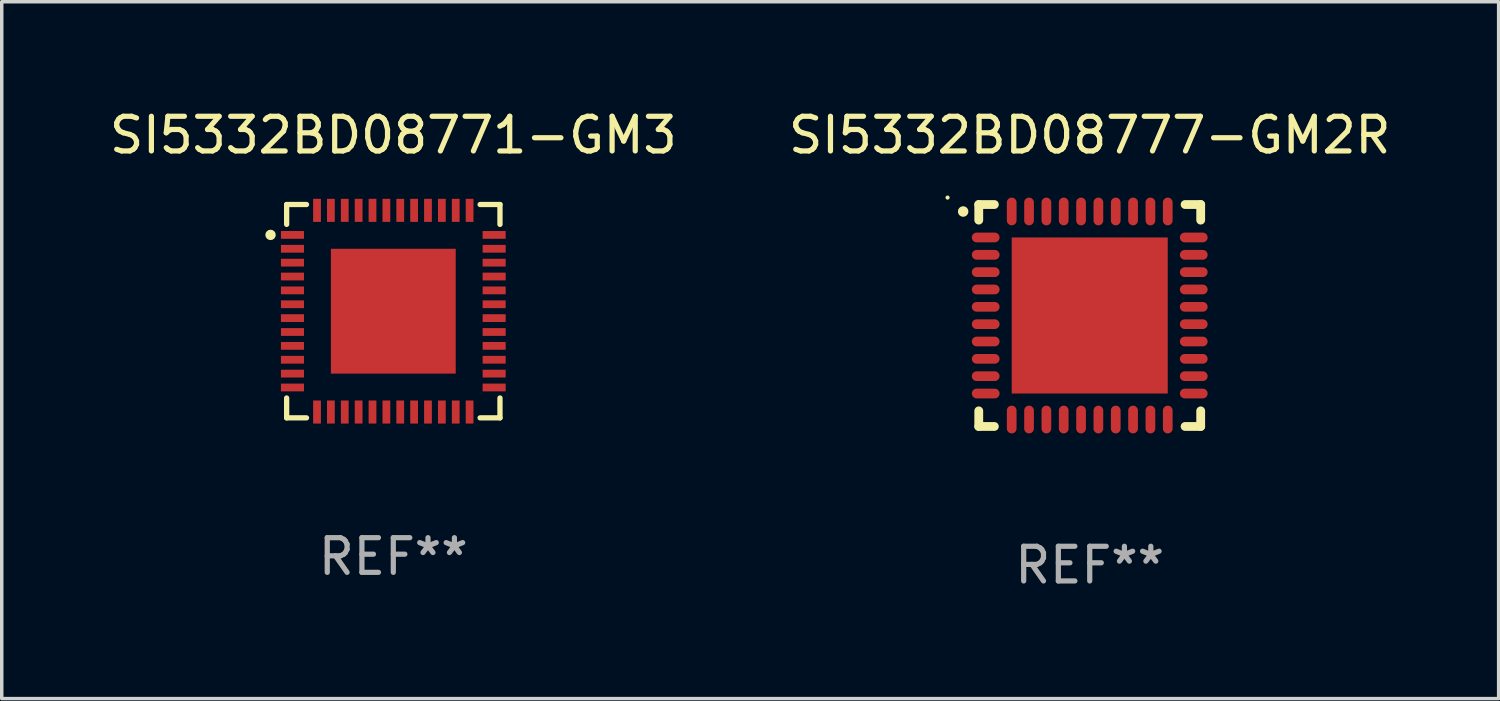
<source format=kicad_pcb>
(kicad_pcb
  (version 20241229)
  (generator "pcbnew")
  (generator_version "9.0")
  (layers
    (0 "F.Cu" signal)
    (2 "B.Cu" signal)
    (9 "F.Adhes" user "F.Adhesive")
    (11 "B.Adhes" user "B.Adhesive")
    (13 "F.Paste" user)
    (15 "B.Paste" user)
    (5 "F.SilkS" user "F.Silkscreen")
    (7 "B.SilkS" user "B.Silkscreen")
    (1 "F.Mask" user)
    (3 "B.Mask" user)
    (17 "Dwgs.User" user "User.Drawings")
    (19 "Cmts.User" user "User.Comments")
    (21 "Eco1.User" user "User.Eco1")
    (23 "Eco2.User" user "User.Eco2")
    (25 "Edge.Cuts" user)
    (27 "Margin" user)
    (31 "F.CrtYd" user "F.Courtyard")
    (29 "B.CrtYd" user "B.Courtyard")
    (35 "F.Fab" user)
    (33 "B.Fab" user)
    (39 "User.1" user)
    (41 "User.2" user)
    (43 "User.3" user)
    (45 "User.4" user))
  (footprint "SI5332BD08777-GM2R"
    (layer "F.Cu")
    (at 28.375 6.048)
    (property "Reference" "SI5332BD08777-GM2R" (at 0 -5.2 0) (layer "F.SilkS") (effects (font (size 1 1) (thickness 0.15))))
    (attr through_hole)
    (fp_line (start -3.2 -3.2) (end -2.75 -3.2) (stroke (width 0.254) (type solid)) (layer "F.SilkS"))
    (fp_line (start -3.2 -2.75) (end -3.2 -3.2) (stroke (width 0.254) (type solid)) (layer "F.SilkS"))
    (fp_line (start -3.2 3.2) (end -3.2 2.75) (stroke (width 0.254) (type solid)) (layer "F.SilkS"))
    (fp_line (start -2.75 3.2) (end -3.2 3.2) (stroke (width 0.254) (type solid)) (layer "F.SilkS"))
    (fp_line (start 2.75 3.2) (end 3.2 3.2) (stroke (width 0.254) (type solid)) (layer "F.SilkS"))
    (fp_line (start 3.2 -3.2) (end 2.75 -3.2) (stroke (width 0.254) (type solid)) (layer "F.SilkS"))
    (fp_line (start 3.2 -2.75) (end 3.2 -3.2) (stroke (width 0.254) (type solid)) (layer "F.SilkS"))
    (fp_line (start 3.2 3.2) (end 3.2 2.75) (stroke (width 0.254) (type solid)) (layer "F.SilkS"))
    (fp_arc (start -3.649987 -2.997206) (mid -3.649992 -2.998476) (end -3.649987 -2.999746) (stroke (width 0.3) (type solid)) (layer "F.SilkS"))
    (fp_circle (center -4.1 -3.4) (end -4.07 -3.4) (stroke (width 0.06) (type solid)) (fill no) (layer "F.SilkS"))
    (fp_text user "REF**" (at 0 7.2 0) (layer "F.Fab") (effects (font (size 1 1) (thickness 0.15))))
    (pad "1" smd oval (at -3 -2.25 90) (size 0.28 0.8) (layers "F.Cu" "F.Mask" "F.Paste"))
    (pad "2" smd oval (at -3 -1.75 90) (size 0.28 0.8) (layers "F.Cu" "F.Mask" "F.Paste"))
    (pad "3" smd oval (at -3 -1.25 90) (size 0.28 0.8) (layers "F.Cu" "F.Mask" "F.Paste"))
    (pad "4" smd oval (at -3 -0.75 90) (size 0.28 0.8) (layers "F.Cu" "F.Mask" "F.Paste"))
    (pad "5" smd oval (at -3 -0.25 90) (size 0.28 0.8) (layers "F.Cu" "F.Mask" "F.Paste"))
    (pad "6" smd oval (at -3 0.25 90) (size 0.28 0.8) (layers "F.Cu" "F.Mask" "F.Paste"))
    (pad "7" smd oval (at -3 0.75 90) (size 0.28 0.8) (layers "F.Cu" "F.Mask" "F.Paste"))
    (pad "8" smd oval (at -3 1.25 90) (size 0.28 0.8) (layers "F.Cu" "F.Mask" "F.Paste"))
    (pad "9" smd oval (at -3 1.75 90) (size 0.28 0.8) (layers "F.Cu" "F.Mask" "F.Paste"))
    (pad "10" smd oval (at -3 2.25 90) (size 0.28 0.8) (layers "F.Cu" "F.Mask" "F.Paste"))
    (pad "11" smd oval (at -2.25 3) (size 0.28 0.8) (layers "F.Cu" "F.Mask" "F.Paste"))
    (pad "12" smd oval (at -1.75 3) (size 0.28 0.8) (layers "F.Cu" "F.Mask" "F.Paste"))
    (pad "13" smd oval (at -1.25 3) (size 0.28 0.8) (layers "F.Cu" "F.Mask" "F.Paste"))
    (pad "14" smd oval (at -0.75 3) (size 0.28 0.8) (layers "F.Cu" "F.Mask" "F.Paste"))
    (pad "15" smd oval (at -0.25 3) (size 0.28 0.8) (layers "F.Cu" "F.Mask" "F.Paste"))
    (pad "16" smd oval (at 0.25 3) (size 0.28 0.8) (layers "F.Cu" "F.Mask" "F.Paste"))
    (pad "17" smd oval (at 0.75 3) (size 0.28 0.8) (layers "F.Cu" "F.Mask" "F.Paste"))
    (pad "18" smd oval (at 1.25 3) (size 0.28 0.8) (layers "F.Cu" "F.Mask" "F.Paste"))
    (pad "19" smd oval (at 1.75 3) (size 0.28 0.8) (layers "F.Cu" "F.Mask" "F.Paste"))
    (pad "20" smd oval (at 2.25 3) (size 0.28 0.8) (layers "F.Cu" "F.Mask" "F.Paste"))
    (pad "21" smd oval (at 3 2.25 90) (size 0.28 0.8) (layers "F.Cu" "F.Mask" "F.Paste"))
    (pad "22" smd oval (at 3 1.75 90) (size 0.28 0.8) (layers "F.Cu" "F.Mask" "F.Paste"))
    (pad "23" smd oval (at 3 1.25 90) (size 0.28 0.8) (layers "F.Cu" "F.Mask" "F.Paste"))
    (pad "24" smd oval (at 3 0.75 90) (size 0.28 0.8) (layers "F.Cu" "F.Mask" "F.Paste"))
    (pad "25" smd oval (at 3 0.25 90) (size 0.28 0.8) (layers "F.Cu" "F.Mask" "F.Paste"))
    (pad "26" smd oval (at 3 -0.25 90) (size 0.28 0.8) (layers "F.Cu" "F.Mask" "F.Paste"))
    (pad "27" smd oval (at 3 -0.75 90) (size 0.28 0.8) (layers "F.Cu" "F.Mask" "F.Paste"))
    (pad "28" smd oval (at 3 -1.25 90) (size 0.28 0.8) (layers "F.Cu" "F.Mask" "F.Paste"))
    (pad "29" smd oval (at 3 -1.75 90) (size 0.28 0.8) (layers "F.Cu" "F.Mask" "F.Paste"))
    (pad "30" smd oval (at 3 -2.25 90) (size 0.28 0.8) (layers "F.Cu" "F.Mask" "F.Paste"))
    (pad "31" smd oval (at 2.25 -3) (size 0.28 0.8) (layers "F.Cu" "F.Mask" "F.Paste"))
    (pad "32" smd oval (at 1.75 -3) (size 0.28 0.8) (layers "F.Cu" "F.Mask" "F.Paste"))
    (pad "33" smd oval (at 1.25 -3) (size 0.28 0.8) (layers "F.Cu" "F.Mask" "F.Paste"))
    (pad "34" smd oval (at 0.75 -3) (size 0.28 0.8) (layers "F.Cu" "F.Mask" "F.Paste"))
    (pad "35" smd oval (at 0.25 -3) (size 0.28 0.8) (layers "F.Cu" "F.Mask" "F.Paste"))
    (pad "36" smd oval (at -0.25 -3) (size 0.28 0.8) (layers "F.Cu" "F.Mask" "F.Paste"))
    (pad "37" smd oval (at -0.75 -3) (size 0.28 0.8) (layers "F.Cu" "F.Mask" "F.Paste"))
    (pad "38" smd oval (at -1.25 -3) (size 0.28 0.8) (layers "F.Cu" "F.Mask" "F.Paste"))
    (pad "39" smd oval (at -1.75 -3) (size 0.28 0.8) (layers "F.Cu" "F.Mask" "F.Paste"))
    (pad "40" smd oval (at -2.25 -3) (size 0.28 0.8) (layers "F.Cu" "F.Mask" "F.Paste"))
    (pad "41" smd rect (at 0 0) (size 4.5 4.5) (layers "F.Cu" "F.Mask" "F.Paste")))
  (footprint "SI5332BD08771-GM3"
    (layer "F.Cu")
    (at 8.292 5.924)
    (property "Reference" "SI5332BD08771-GM3" (at 0 -5.076 0) (layer "F.SilkS") (effects (font (size 1 1) (thickness 0.15))))
    (attr through_hole)
    (fp_line (start -3.076 -3.076) (end -3.076 -2.503) (stroke (width 0.152) (type solid)) (layer "F.SilkS"))
    (fp_line (start -3.076 3.076) (end -3.076 2.503) (stroke (width 0.152) (type solid)) (layer "F.SilkS"))
    (fp_line (start -2.503 -3.076) (end -3.076 -3.076) (stroke (width 0.152) (type solid)) (layer "F.SilkS"))
    (fp_line (start -2.503 3.076) (end -3.076 3.076) (stroke (width 0.152) (type solid)) (layer "F.SilkS"))
    (fp_line (start 2.503 -3.076) (end 3.076 -3.076) (stroke (width 0.152) (type solid)) (layer "F.SilkS"))
    (fp_line (start 2.503 3.076) (end 3.076 3.076) (stroke (width 0.152) (type solid)) (layer "F.SilkS"))
    (fp_line (start 3.076 -3.076) (end 3.076 -2.503) (stroke (width 0.152) (type solid)) (layer "F.SilkS"))
    (fp_line (start 3.076 3.076) (end 3.076 2.503) (stroke (width 0.152) (type solid)) (layer "F.SilkS"))
    (fp_circle (center -3.54 -2.2) (end -3.465 -2.2) (stroke (width 0.15) (type solid)) (fill no) (layer "F.SilkS"))
    (fp_text user "REF**" (at 0 7.076 0) (layer "F.Fab") (effects (font (size 1 1) (thickness 0.15))))
    (pad "1" smd rect (at -2.908 -2.2) (size 0.665 0.224) (layers "F.Cu" "F.Mask" "F.Paste"))
    (pad "2" smd rect (at -2.908 -1.8) (size 0.665 0.224) (layers "F.Cu" "F.Mask" "F.Paste"))
    (pad "3" smd rect (at -2.908 -1.4) (size 0.665 0.224) (layers "F.Cu" "F.Mask" "F.Paste"))
    (pad "4" smd rect (at -2.908 -1) (size 0.665 0.224) (layers "F.Cu" "F.Mask" "F.Paste"))
    (pad "5" smd rect (at -2.908 -0.6) (size 0.665 0.224) (layers "F.Cu" "F.Mask" "F.Paste"))
    (pad "6" smd rect (at -2.908 -0.2) (size 0.665 0.224) (layers "F.Cu" "F.Mask" "F.Paste"))
    (pad "7" smd rect (at -2.908 0.2) (size 0.665 0.224) (layers "F.Cu" "F.Mask" "F.Paste"))
    (pad "8" smd rect (at -2.908 0.6) (size 0.665 0.224) (layers "F.Cu" "F.Mask" "F.Paste"))
    (pad "9" smd rect (at -2.908 1) (size 0.665 0.224) (layers "F.Cu" "F.Mask" "F.Paste"))
    (pad "10" smd rect (at -2.908 1.4) (size 0.665 0.224) (layers "F.Cu" "F.Mask" "F.Paste"))
    (pad "11" smd rect (at -2.908 1.8) (size 0.665 0.224) (layers "F.Cu" "F.Mask" "F.Paste"))
    (pad "12" smd rect (at -2.908 2.2) (size 0.665 0.224) (layers "F.Cu" "F.Mask" "F.Paste"))
    (pad "13" smd rect (at -2.2 2.908) (size 0.224 0.665) (layers "F.Cu" "F.Mask" "F.Paste"))
    (pad "14" smd rect (at -1.8 2.908) (size 0.224 0.665) (layers "F.Cu" "F.Mask" "F.Paste"))
    (pad "15" smd rect (at -1.4 2.908) (size 0.224 0.665) (layers "F.Cu" "F.Mask" "F.Paste"))
    (pad "16" smd rect (at -1 2.908) (size 0.224 0.665) (layers "F.Cu" "F.Mask" "F.Paste"))
    (pad "17" smd rect (at -0.6 2.908) (size 0.224 0.665) (layers "F.Cu" "F.Mask" "F.Paste"))
    (pad "18" smd rect (at -0.2 2.908) (size 0.224 0.665) (layers "F.Cu" "F.Mask" "F.Paste"))
    (pad "19" smd rect (at 0.2 2.908) (size 0.224 0.665) (layers "F.Cu" "F.Mask" "F.Paste"))
    (pad "20" smd rect (at 0.6 2.908) (size 0.224 0.665) (layers "F.Cu" "F.Mask" "F.Paste"))
    (pad "21" smd rect (at 1 2.908) (size 0.224 0.665) (layers "F.Cu" "F.Mask" "F.Paste"))
    (pad "22" smd rect (at 1.4 2.908) (size 0.224 0.665) (layers "F.Cu" "F.Mask" "F.Paste"))
    (pad "23" smd rect (at 1.8 2.908) (size 0.224 0.665) (layers "F.Cu" "F.Mask" "F.Paste"))
    (pad "24" smd rect (at 2.2 2.908) (size 0.224 0.665) (layers "F.Cu" "F.Mask" "F.Paste"))
    (pad "25" smd rect (at 2.908 2.2) (size 0.665 0.224) (layers "F.Cu" "F.Mask" "F.Paste"))
    (pad "26" smd rect (at 2.908 1.8) (size 0.665 0.224) (layers "F.Cu" "F.Mask" "F.Paste"))
    (pad "27" smd rect (at 2.908 1.4) (size 0.665 0.224) (layers "F.Cu" "F.Mask" "F.Paste"))
    (pad "28" smd rect (at 2.908 1) (size 0.665 0.224) (layers "F.Cu" "F.Mask" "F.Paste"))
    (pad "29" smd rect (at 2.908 0.6) (size 0.665 0.224) (layers "F.Cu" "F.Mask" "F.Paste"))
    (pad "30" smd rect (at 2.908 0.2) (size 0.665 0.224) (layers "F.Cu" "F.Mask" "F.Paste"))
    (pad "31" smd rect (at 2.908 -0.2) (size 0.665 0.224) (layers "F.Cu" "F.Mask" "F.Paste"))
    (pad "32" smd rect (at 2.908 -0.6) (size 0.665 0.224) (layers "F.Cu" "F.Mask" "F.Paste"))
    (pad "33" smd rect (at 2.908 -1) (size 0.665 0.224) (layers "F.Cu" "F.Mask" "F.Paste"))
    (pad "34" smd rect (at 2.908 -1.4) (size 0.665 0.224) (layers "F.Cu" "F.Mask" "F.Paste"))
    (pad "35" smd rect (at 2.908 -1.8) (size 0.665 0.224) (layers "F.Cu" "F.Mask" "F.Paste"))
    (pad "36" smd rect (at 2.908 -2.2) (size 0.665 0.224) (layers "F.Cu" "F.Mask" "F.Paste"))
    (pad "37" smd rect (at 2.2 -2.908) (size 0.224 0.665) (layers "F.Cu" "F.Mask" "F.Paste"))
    (pad "38" smd rect (at 1.8 -2.908) (size 0.224 0.665) (layers "F.Cu" "F.Mask" "F.Paste"))
    (pad "39" smd rect (at 1.4 -2.908) (size 0.224 0.665) (layers "F.Cu" "F.Mask" "F.Paste"))
    (pad "40" smd rect (at 1 -2.908) (size 0.224 0.665) (layers "F.Cu" "F.Mask" "F.Paste"))
    (pad "41" smd rect (at 0.6 -2.908) (size 0.224 0.665) (layers "F.Cu" "F.Mask" "F.Paste"))
    (pad "42" smd rect (at 0.2 -2.908) (size 0.224 0.665) (layers "F.Cu" "F.Mask" "F.Paste"))
    (pad "43" smd rect (at -0.2 -2.908) (size 0.224 0.665) (layers "F.Cu" "F.Mask" "F.Paste"))
    (pad "44" smd rect (at -0.6 -2.908) (size 0.224 0.665) (layers "F.Cu" "F.Mask" "F.Paste"))
    (pad "45" smd rect (at -1 -2.908) (size 0.224 0.665) (layers "F.Cu" "F.Mask" "F.Paste"))
    (pad "46" smd rect (at -1.4 -2.908) (size 0.224 0.665) (layers "F.Cu" "F.Mask" "F.Paste"))
    (pad "47" smd rect (at -1.8 -2.908) (size 0.224 0.665) (layers "F.Cu" "F.Mask" "F.Paste"))
    (pad "48" smd rect (at -2.2 -2.908) (size 0.224 0.665) (layers "F.Cu" "F.Mask" "F.Paste"))
    (pad "49" smd rect (at 0 0) (size 3.6 3.6) (layers "F.Cu" "F.Mask" "F.Paste")))
  (gr_rect
    (start -3 -3)
    (end 40.167 17.096)
    (stroke (width 0.1) (type default))
    (fill no)
    (layer "Edge.Cuts")))
</source>
